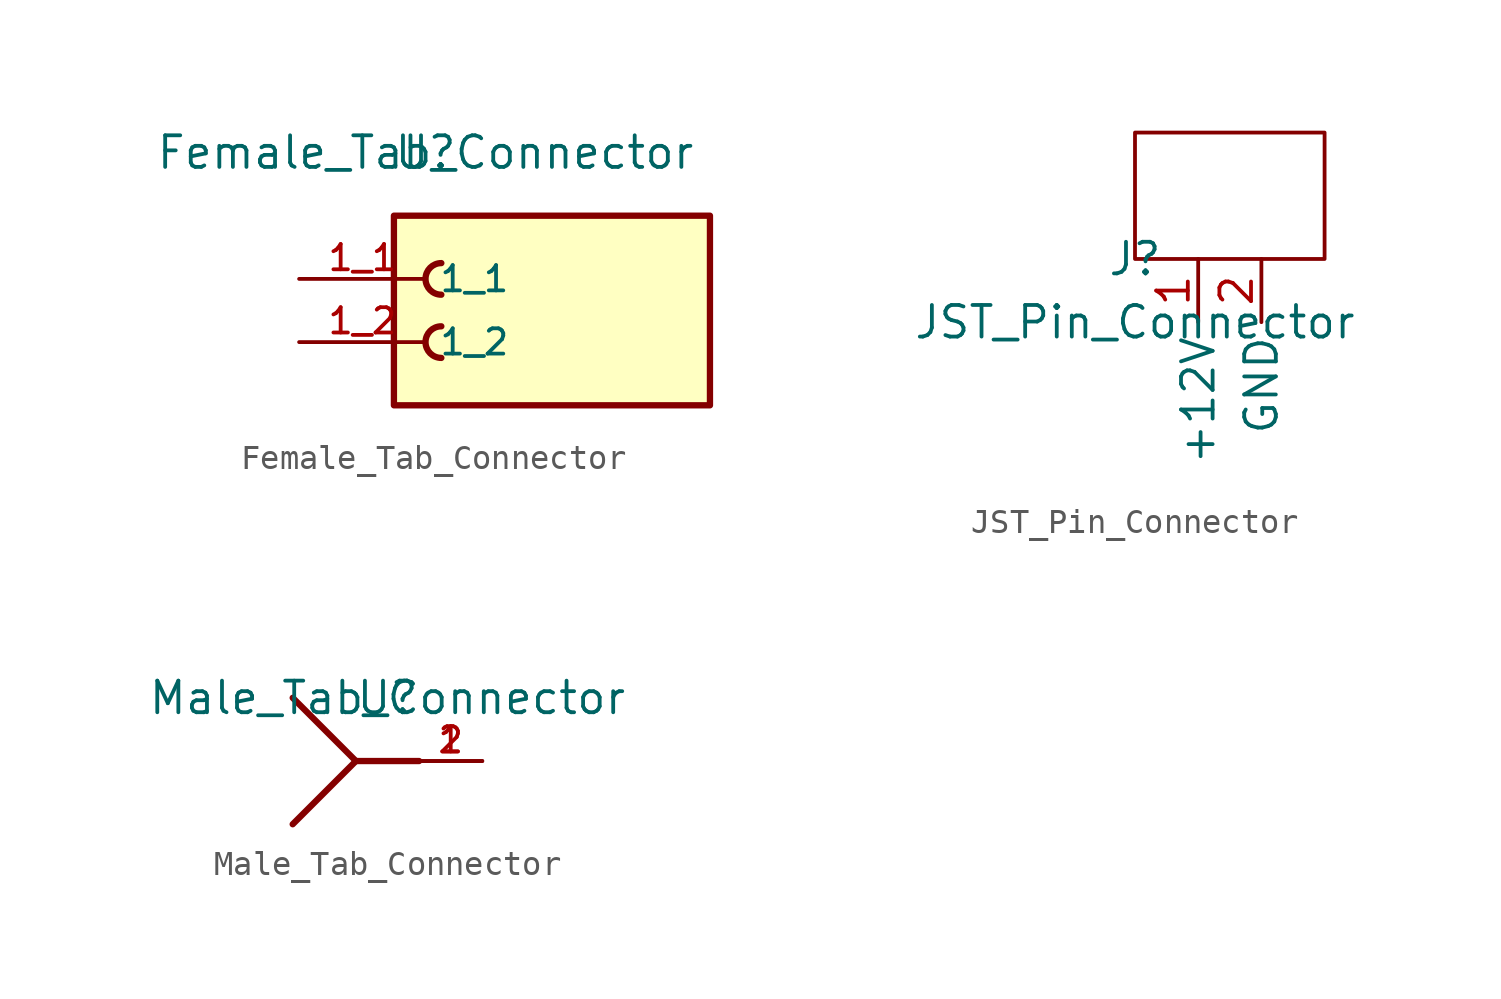
<source format=kicad_sym>
(kicad_symbol_lib
  (version 20211014)
  (generator kicad_symbol_editor)
  (symbol "Female_Tab_Connector"
    (property "Reference" "U"
      (at 0 0 0)
      (effects (font (size 1.27 1.27))))
    (property "Value" "Female_Tab_Connector"
      (at 0 0 0)
      (effects (font (size 1.27 1.27))))
    (symbol "Female_Tab_Connector_0_0"
      (rectangle (start -1.27 -10.16) (end 11.43 -2.54) (stroke (width 0.254) (type default) (color 0 0 0 0)) (fill (type background)))
      (arc (start 0.635 -6.985) (mid 0 -7.62) (end 0.635 -8.255) (stroke (width 0.254) (type default) (color 0 0 0 0)) (fill (type none)))
      (arc (start 0.635 -4.445) (mid 0 -5.08) (end 0.635 -5.715) (stroke (width 0.254) (type default) (color 0 0 0 0)) (fill (type none)))
      (pin passive line (at -5.08 -5.08 0) (length 5.08) (name "1_1" (effects (font (size 1.016 1.016)))) (number "1_1" (effects (font (size 1.016 1.016)))))
      (pin passive line (at -5.08 -7.62 0) (length 5.08) (name "1_2" (effects (font (size 1.016 1.016)))) (number "1_2" (effects (font (size 1.016 1.016)))))))
  (symbol "JST_Pin_Connector"
    (property "Reference" "J"
      (at 0 0 0)
      (effects (font (size 1.27 1.27))))
    (property "Value" "JST_Pin_Connector"
      (at 0 -2.54 0)
      (effects (font (size 1.27 1.27))))
    (symbol "JST_Pin_Connector_0_1"
      (rectangle (start 0 0) (end 7.62 5.08) (stroke (width 0) (type default) (color 0 0 0 0)) (fill (type none))))
    (symbol "JST_Pin_Connector_1_1"
      (pin bidirectional line (at 2.54 0 270) (length 2.54) (name "+12V" (effects (font (size 1.27 1.27)))) (number "1" (effects (font (size 1.27 1.27)))))
      (pin bidirectional line (at 5.08 0 270) (length 2.54) (name "GND" (effects (font (size 1.27 1.27)))) (number "2" (effects (font (size 1.27 1.27)))))))
  (symbol "Male_Tab_Connector"
    (property "Reference" "U"
      (at 0 0 0)
      (effects (font (size 1.27 1.27))))
    (property "Value" "Male_Tab_Connector"
      (at 0 0 0)
      (effects (font (size 1.27 1.27))))
    (symbol "Male_Tab_Connector_0_0"
      (polyline (pts (xy -1.27 -2.54) (xy -3.81 -5.08)) (stroke (width 0.254) (type default) (color 0 0 0 0)) (fill (type none)))
      (polyline (pts (xy -1.27 -2.54) (xy -3.81 0)) (stroke (width 0.254) (type default) (color 0 0 0 0)) (fill (type none)))
      (polyline (pts (xy 1.27 -2.54) (xy -1.27 -2.54)) (stroke (width 0.254) (type default) (color 0 0 0 0)) (fill (type none)))
      (pin passive line (at 3.81 -2.54 180) (length 2.54) (name "~" (effects (font (size 1.016 1.016)))) (number "1" (effects (font (size 1.016 1.016)))))
      (pin passive line (at 3.81 -2.54 180) (length 2.54) (name "~" (effects (font (size 1.016 1.016)))) (number "2" (effects (font (size 1.016 1.016))))))))
</source>
